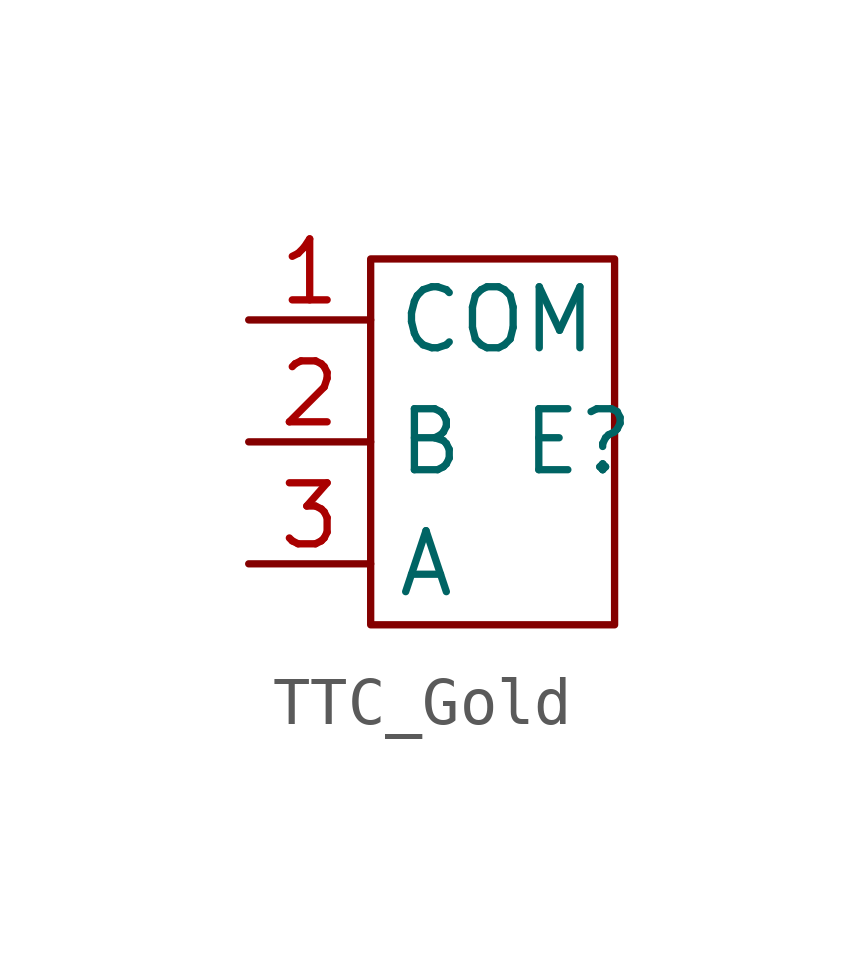
<source format=kicad_sym>
(kicad_symbol_lib
  (version 20241209)
  (generator "kicad_symbol_editor")
  (generator_version "9.0")
  (symbol "TTC_Gold"
    (property "Reference" "E"
      (at 1.778 0 0)
      (effects (font (size 1.27 1.27))))
    (property "Value" ""
      (at 0 0 0)
      (effects (font (size 1.27 1.27))))
    (symbol "TTC_Gold_0_1"
      (rectangle (start -2.54 3.81) (end 2.54 -3.81) (stroke (width 0) (type default)) (fill (type none))))
    (symbol "TTC_Gold_1_1"
      (pin unspecified line (at -5.08 2.54 0) (length 2.54) (name "COM" (effects (font (size 1.27 1.27)))) (number "1" (effects (font (size 1.27 1.27)))))
      (pin unspecified line (at -5.08 0 0) (length 2.54) (name "B" (effects (font (size 1.27 1.27)))) (number "2" (effects (font (size 1.27 1.27)))))
      (pin unspecified line (at -5.08 -2.54 0) (length 2.54) (name "A" (effects (font (size 1.27 1.27)))) (number "3" (effects (font (size 1.27 1.27))))))))
</source>
